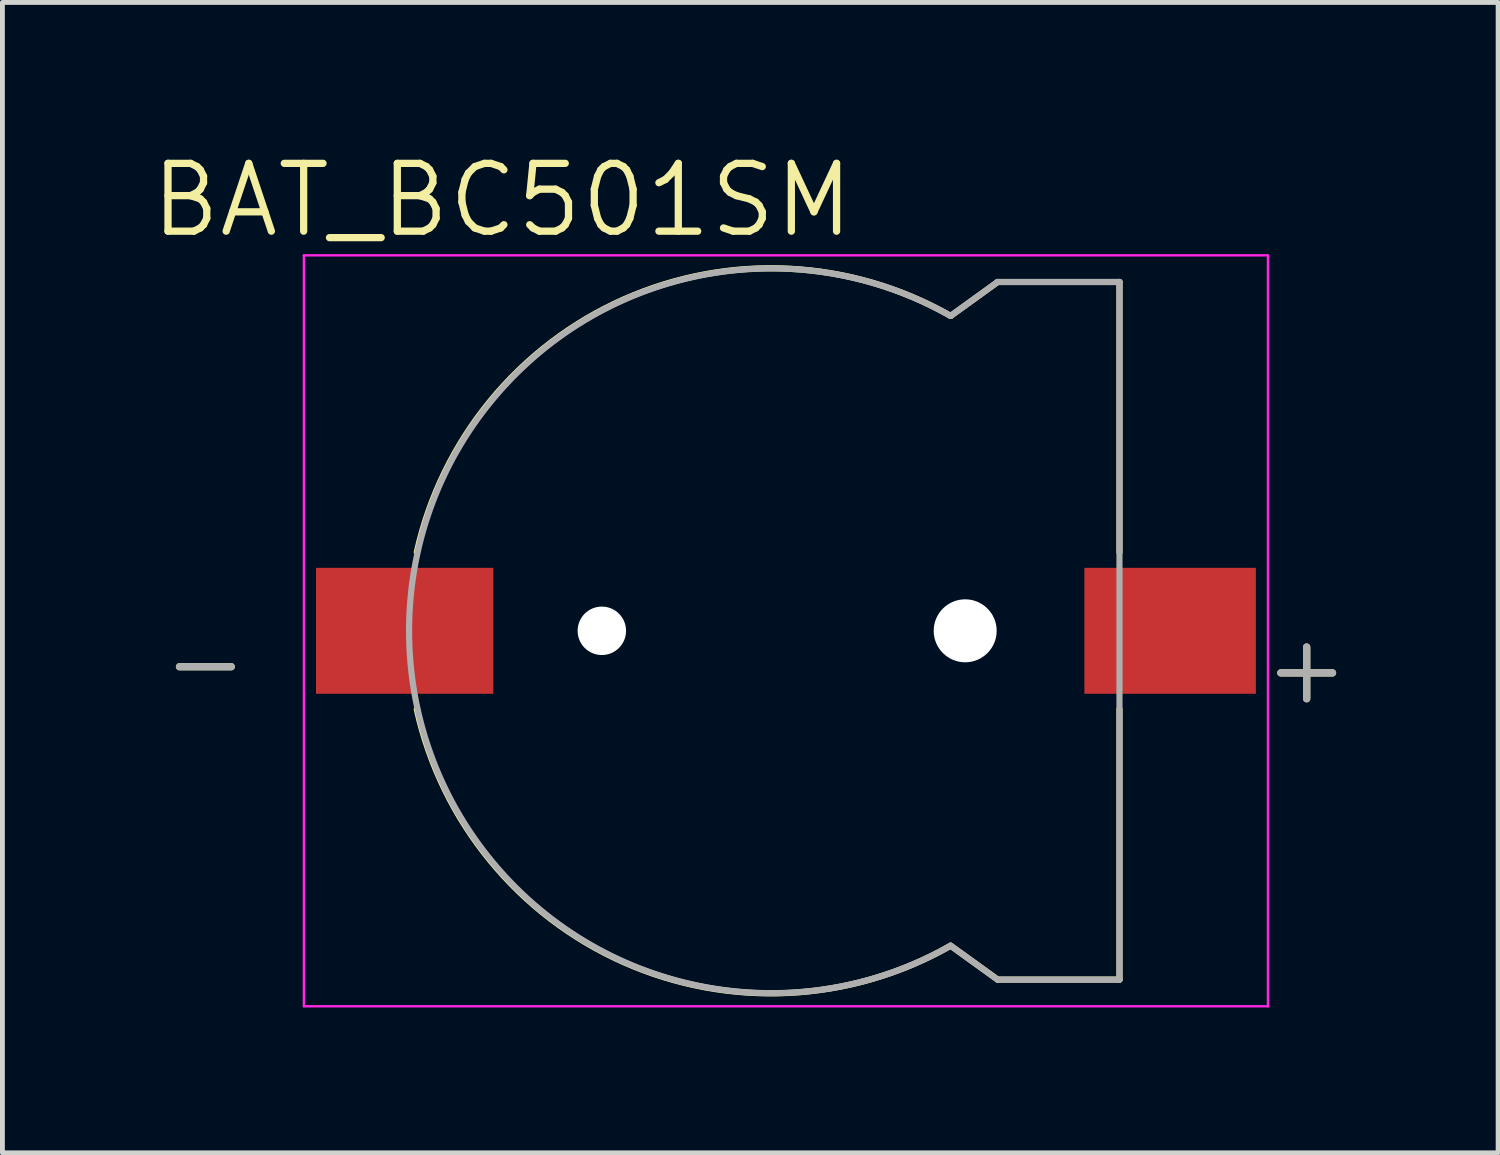
<source format=kicad_pcb>
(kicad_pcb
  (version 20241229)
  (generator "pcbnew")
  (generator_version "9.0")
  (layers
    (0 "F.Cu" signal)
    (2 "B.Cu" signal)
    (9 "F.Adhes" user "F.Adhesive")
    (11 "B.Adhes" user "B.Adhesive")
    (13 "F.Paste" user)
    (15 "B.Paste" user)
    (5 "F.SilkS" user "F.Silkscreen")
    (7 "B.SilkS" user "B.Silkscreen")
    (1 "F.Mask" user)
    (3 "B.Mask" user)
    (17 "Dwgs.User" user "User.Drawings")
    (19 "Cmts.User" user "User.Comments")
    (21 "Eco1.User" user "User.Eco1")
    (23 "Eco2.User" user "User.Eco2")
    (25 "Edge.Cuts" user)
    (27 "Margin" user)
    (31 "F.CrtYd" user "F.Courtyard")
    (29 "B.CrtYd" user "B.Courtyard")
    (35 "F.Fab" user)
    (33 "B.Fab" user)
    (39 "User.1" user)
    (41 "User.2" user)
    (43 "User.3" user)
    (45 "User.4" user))
  (footprint "BAT_BC501SM"
    (layer "F.Cu")
    (at 12.873 9.971)
    (property "Reference" "BAT_BC501SM" (at -5.555 -8.889 0) (layer "F.SilkS") (effects (font (size 1.4 1.4) (thickness 0.15))))
    (attr smd)
    (fp_line (start 4.67 -7.2) (end 3.7 -6.5) (stroke (width 0.127) (type solid)) (layer "F.SilkS"))
    (fp_line (start 4.67 7.2) (end 3.7 6.5) (stroke (width 0.127) (type solid)) (layer "F.SilkS"))
    (fp_line (start 7.185 -7.2) (end 4.67 -7.2) (stroke (width 0.127) (type solid)) (layer "F.SilkS"))
    (fp_line (start 7.185 -7.2) (end 7.185 -1.62) (stroke (width 0.127) (type solid)) (layer "F.SilkS"))
    (fp_line (start 7.185 1.62) (end 7.185 7.2) (stroke (width 0.127) (type solid)) (layer "F.SilkS"))
    (fp_line (start 7.185 7.2) (end 4.67 7.2) (stroke (width 0.127) (type solid)) (layer "F.SilkS"))
    (fp_arc (start -7.319999 -1.62) (mid -3.042265 -6.842697) (end 3.7 -6.5) (stroke (width 0.127) (type solid)) (layer "F.SilkS"))
    (fp_arc (start 3.700001 6.5) (mid -3.042265 6.842698) (end -7.32 1.62) (stroke (width 0.127) (type solid)) (layer "F.SilkS"))
    (fp_line (start -9.65 -7.75) (end 10.25 -7.75) (stroke (width 0.05) (type solid)) (layer "F.CrtYd"))
    (fp_line (start -9.65 7.75) (end -9.65 -7.75) (stroke (width 0.05) (type solid)) (layer "F.CrtYd"))
    (fp_line (start 10.25 -7.75) (end 10.25 7.75) (stroke (width 0.05) (type solid)) (layer "F.CrtYd"))
    (fp_line (start 10.25 7.75) (end -9.65 7.75) (stroke (width 0.05) (type solid)) (layer "F.CrtYd"))
    (fp_line (start 4.67 -7.2) (end 3.7 -6.5) (stroke (width 0.127) (type solid)) (layer "F.Fab"))
    (fp_line (start 4.67 7.2) (end 3.7 6.5) (stroke (width 0.127) (type solid)) (layer "F.Fab"))
    (fp_line (start 7.185 -7.2) (end 4.67 -7.2) (stroke (width 0.127) (type solid)) (layer "F.Fab"))
    (fp_line (start 7.185 -7.2) (end 7.185 7.2) (stroke (width 0.127) (type solid)) (layer "F.Fab"))
    (fp_line (start 7.185 7.2) (end 4.67 7.2) (stroke (width 0.127) (type solid)) (layer "F.Fab"))
    (fp_arc (start 3.699999 6.5) (mid -7.479336 0) (end 3.7 -6.5) (stroke (width 0.127) (type solid)) (layer "F.Fab"))
    (fp_text user "+" (at 11.049 0.762 0) (layer "F.SilkS") (effects (font (size 1.4 1.4) (thickness 0.15))))
    (fp_text user "-" (at -11.684 0.635 0) (layer "F.SilkS") (effects (font (size 1.4 1.4) (thickness 0.15))))
    (fp_text user "+" (at 11.049 0.762 0) (layer "F.Fab") (effects (font (size 1.4 1.4) (thickness 0.15))))
    (fp_text user "-" (at -11.684 0.635 0) (layer "F.Fab") (effects (font (size 1.4 1.4) (thickness 0.15))))
    (pad "" np_thru_hole circle (at -3.5 0) (size 1 1) (drill 1) (layers "*.Cu" "*.Mask"))
    (pad "" np_thru_hole circle (at 4 0) (size 1.3 1.3) (drill 1.3) (layers "*.Cu" "*.Mask"))
    (pad "N" smd rect (at -7.57 0) (size 3.66 2.6) (layers "F.Cu" "F.Mask" "F.Paste"))
    (pad "P" smd rect (at 8.23 0) (size 3.54 2.6) (layers "F.Cu" "F.Mask" "F.Paste")))
  (gr_rect
    (start -3 -3)
    (end 27.874 20.746)
    (stroke (width 0.1) (type default))
    (fill no)
    (layer "Edge.Cuts")))
</source>
